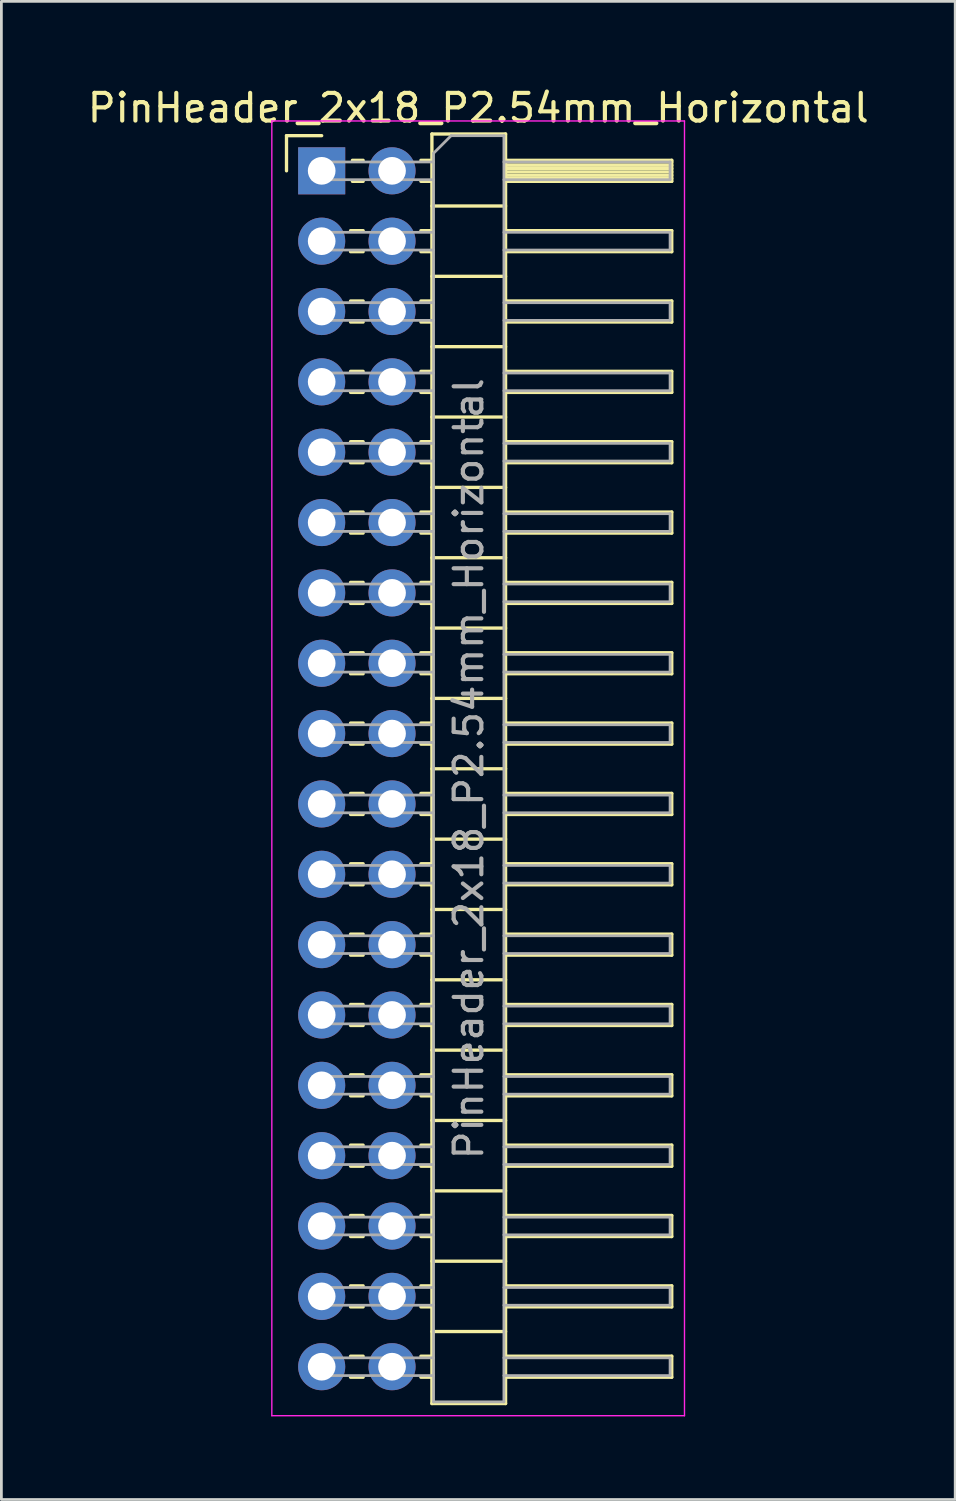
<source format=kicad_pcb>
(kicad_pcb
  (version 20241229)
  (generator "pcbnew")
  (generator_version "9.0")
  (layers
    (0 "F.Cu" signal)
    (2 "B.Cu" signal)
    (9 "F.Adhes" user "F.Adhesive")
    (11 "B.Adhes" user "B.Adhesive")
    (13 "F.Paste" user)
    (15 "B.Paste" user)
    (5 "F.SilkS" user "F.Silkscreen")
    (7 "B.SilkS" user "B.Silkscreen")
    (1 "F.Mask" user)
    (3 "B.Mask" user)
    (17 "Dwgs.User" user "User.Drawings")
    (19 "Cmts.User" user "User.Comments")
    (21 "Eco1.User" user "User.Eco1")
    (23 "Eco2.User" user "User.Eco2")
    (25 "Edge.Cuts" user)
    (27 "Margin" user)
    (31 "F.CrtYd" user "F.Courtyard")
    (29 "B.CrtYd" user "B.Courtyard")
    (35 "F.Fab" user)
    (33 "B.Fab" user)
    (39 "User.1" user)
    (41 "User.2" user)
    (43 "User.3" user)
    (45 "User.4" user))
  (footprint "PinHeader_2x18_P2.54mm_Horizontal"
    (layer "F.Cu")
    (at 8.565 3.118)
    (property "Reference" "PinHeader_2x18_P2.54mm_Horizontal" (at 5.655 -2.27 0) (layer "F.SilkS") (effects (font (size 1 1) (thickness 0.15))))
    (attr through_hole)
    (fp_line (start -1.27 -1.27) (end 0 -1.27) (stroke (width 0.12) (type solid)) (layer "F.SilkS"))
    (fp_line (start -1.27 0) (end -1.27 -1.27) (stroke (width 0.12) (type solid)) (layer "F.SilkS"))
    (fp_line (start 1.043 2.16) (end 1.497 2.16) (stroke (width 0.12) (type solid)) (layer "F.SilkS"))
    (fp_line (start 1.043 2.92) (end 1.497 2.92) (stroke (width 0.12) (type solid)) (layer "F.SilkS"))
    (fp_line (start 1.043 4.7) (end 1.497 4.7) (stroke (width 0.12) (type solid)) (layer "F.SilkS"))
    (fp_line (start 1.043 5.46) (end 1.497 5.46) (stroke (width 0.12) (type solid)) (layer "F.SilkS"))
    (fp_line (start 1.043 7.24) (end 1.497 7.24) (stroke (width 0.12) (type solid)) (layer "F.SilkS"))
    (fp_line (start 1.043 8) (end 1.497 8) (stroke (width 0.12) (type solid)) (layer "F.SilkS"))
    (fp_line (start 1.043 9.78) (end 1.497 9.78) (stroke (width 0.12) (type solid)) (layer "F.SilkS"))
    (fp_line (start 1.043 10.54) (end 1.497 10.54) (stroke (width 0.12) (type solid)) (layer "F.SilkS"))
    (fp_line (start 1.043 12.32) (end 1.497 12.32) (stroke (width 0.12) (type solid)) (layer "F.SilkS"))
    (fp_line (start 1.043 13.08) (end 1.497 13.08) (stroke (width 0.12) (type solid)) (layer "F.SilkS"))
    (fp_line (start 1.043 14.86) (end 1.497 14.86) (stroke (width 0.12) (type solid)) (layer "F.SilkS"))
    (fp_line (start 1.043 15.62) (end 1.497 15.62) (stroke (width 0.12) (type solid)) (layer "F.SilkS"))
    (fp_line (start 1.043 17.4) (end 1.497 17.4) (stroke (width 0.12) (type solid)) (layer "F.SilkS"))
    (fp_line (start 1.043 18.16) (end 1.497 18.16) (stroke (width 0.12) (type solid)) (layer "F.SilkS"))
    (fp_line (start 1.043 19.94) (end 1.497 19.94) (stroke (width 0.12) (type solid)) (layer "F.SilkS"))
    (fp_line (start 1.043 20.7) (end 1.497 20.7) (stroke (width 0.12) (type solid)) (layer "F.SilkS"))
    (fp_line (start 1.043 22.48) (end 1.497 22.48) (stroke (width 0.12) (type solid)) (layer "F.SilkS"))
    (fp_line (start 1.043 23.24) (end 1.497 23.24) (stroke (width 0.12) (type solid)) (layer "F.SilkS"))
    (fp_line (start 1.043 25.02) (end 1.497 25.02) (stroke (width 0.12) (type solid)) (layer "F.SilkS"))
    (fp_line (start 1.043 25.78) (end 1.497 25.78) (stroke (width 0.12) (type solid)) (layer "F.SilkS"))
    (fp_line (start 1.043 27.56) (end 1.497 27.56) (stroke (width 0.12) (type solid)) (layer "F.SilkS"))
    (fp_line (start 1.043 28.32) (end 1.497 28.32) (stroke (width 0.12) (type solid)) (layer "F.SilkS"))
    (fp_line (start 1.043 30.1) (end 1.497 30.1) (stroke (width 0.12) (type solid)) (layer "F.SilkS"))
    (fp_line (start 1.043 30.86) (end 1.497 30.86) (stroke (width 0.12) (type solid)) (layer "F.SilkS"))
    (fp_line (start 1.043 32.64) (end 1.497 32.64) (stroke (width 0.12) (type solid)) (layer "F.SilkS"))
    (fp_line (start 1.043 33.4) (end 1.497 33.4) (stroke (width 0.12) (type solid)) (layer "F.SilkS"))
    (fp_line (start 1.043 35.18) (end 1.497 35.18) (stroke (width 0.12) (type solid)) (layer "F.SilkS"))
    (fp_line (start 1.043 35.94) (end 1.497 35.94) (stroke (width 0.12) (type solid)) (layer "F.SilkS"))
    (fp_line (start 1.043 37.72) (end 1.497 37.72) (stroke (width 0.12) (type solid)) (layer "F.SilkS"))
    (fp_line (start 1.043 38.48) (end 1.497 38.48) (stroke (width 0.12) (type solid)) (layer "F.SilkS"))
    (fp_line (start 1.043 40.26) (end 1.497 40.26) (stroke (width 0.12) (type solid)) (layer "F.SilkS"))
    (fp_line (start 1.043 41.02) (end 1.497 41.02) (stroke (width 0.12) (type solid)) (layer "F.SilkS"))
    (fp_line (start 1.043 42.8) (end 1.497 42.8) (stroke (width 0.12) (type solid)) (layer "F.SilkS"))
    (fp_line (start 1.043 43.56) (end 1.497 43.56) (stroke (width 0.12) (type solid)) (layer "F.SilkS"))
    (fp_line (start 1.11 -0.38) (end 1.497 -0.38) (stroke (width 0.12) (type solid)) (layer "F.SilkS"))
    (fp_line (start 1.11 0.38) (end 1.497 0.38) (stroke (width 0.12) (type solid)) (layer "F.SilkS"))
    (fp_line (start 3.583 -0.38) (end 3.98 -0.38) (stroke (width 0.12) (type solid)) (layer "F.SilkS"))
    (fp_line (start 3.583 0.38) (end 3.98 0.38) (stroke (width 0.12) (type solid)) (layer "F.SilkS"))
    (fp_line (start 3.583 2.16) (end 3.98 2.16) (stroke (width 0.12) (type solid)) (layer "F.SilkS"))
    (fp_line (start 3.583 2.92) (end 3.98 2.92) (stroke (width 0.12) (type solid)) (layer "F.SilkS"))
    (fp_line (start 3.583 4.7) (end 3.98 4.7) (stroke (width 0.12) (type solid)) (layer "F.SilkS"))
    (fp_line (start 3.583 5.46) (end 3.98 5.46) (stroke (width 0.12) (type solid)) (layer "F.SilkS"))
    (fp_line (start 3.583 7.24) (end 3.98 7.24) (stroke (width 0.12) (type solid)) (layer "F.SilkS"))
    (fp_line (start 3.583 8) (end 3.98 8) (stroke (width 0.12) (type solid)) (layer "F.SilkS"))
    (fp_line (start 3.583 9.78) (end 3.98 9.78) (stroke (width 0.12) (type solid)) (layer "F.SilkS"))
    (fp_line (start 3.583 10.54) (end 3.98 10.54) (stroke (width 0.12) (type solid)) (layer "F.SilkS"))
    (fp_line (start 3.583 12.32) (end 3.98 12.32) (stroke (width 0.12) (type solid)) (layer "F.SilkS"))
    (fp_line (start 3.583 13.08) (end 3.98 13.08) (stroke (width 0.12) (type solid)) (layer "F.SilkS"))
    (fp_line (start 3.583 14.86) (end 3.98 14.86) (stroke (width 0.12) (type solid)) (layer "F.SilkS"))
    (fp_line (start 3.583 15.62) (end 3.98 15.62) (stroke (width 0.12) (type solid)) (layer "F.SilkS"))
    (fp_line (start 3.583 17.4) (end 3.98 17.4) (stroke (width 0.12) (type solid)) (layer "F.SilkS"))
    (fp_line (start 3.583 18.16) (end 3.98 18.16) (stroke (width 0.12) (type solid)) (layer "F.SilkS"))
    (fp_line (start 3.583 19.94) (end 3.98 19.94) (stroke (width 0.12) (type solid)) (layer "F.SilkS"))
    (fp_line (start 3.583 20.7) (end 3.98 20.7) (stroke (width 0.12) (type solid)) (layer "F.SilkS"))
    (fp_line (start 3.583 22.48) (end 3.98 22.48) (stroke (width 0.12) (type solid)) (layer "F.SilkS"))
    (fp_line (start 3.583 23.24) (end 3.98 23.24) (stroke (width 0.12) (type solid)) (layer "F.SilkS"))
    (fp_line (start 3.583 25.02) (end 3.98 25.02) (stroke (width 0.12) (type solid)) (layer "F.SilkS"))
    (fp_line (start 3.583 25.78) (end 3.98 25.78) (stroke (width 0.12) (type solid)) (layer "F.SilkS"))
    (fp_line (start 3.583 27.56) (end 3.98 27.56) (stroke (width 0.12) (type solid)) (layer "F.SilkS"))
    (fp_line (start 3.583 28.32) (end 3.98 28.32) (stroke (width 0.12) (type solid)) (layer "F.SilkS"))
    (fp_line (start 3.583 30.1) (end 3.98 30.1) (stroke (width 0.12) (type solid)) (layer "F.SilkS"))
    (fp_line (start 3.583 30.86) (end 3.98 30.86) (stroke (width 0.12) (type solid)) (layer "F.SilkS"))
    (fp_line (start 3.583 32.64) (end 3.98 32.64) (stroke (width 0.12) (type solid)) (layer "F.SilkS"))
    (fp_line (start 3.583 33.4) (end 3.98 33.4) (stroke (width 0.12) (type solid)) (layer "F.SilkS"))
    (fp_line (start 3.583 35.18) (end 3.98 35.18) (stroke (width 0.12) (type solid)) (layer "F.SilkS"))
    (fp_line (start 3.583 35.94) (end 3.98 35.94) (stroke (width 0.12) (type solid)) (layer "F.SilkS"))
    (fp_line (start 3.583 37.72) (end 3.98 37.72) (stroke (width 0.12) (type solid)) (layer "F.SilkS"))
    (fp_line (start 3.583 38.48) (end 3.98 38.48) (stroke (width 0.12) (type solid)) (layer "F.SilkS"))
    (fp_line (start 3.583 40.26) (end 3.98 40.26) (stroke (width 0.12) (type solid)) (layer "F.SilkS"))
    (fp_line (start 3.583 41.02) (end 3.98 41.02) (stroke (width 0.12) (type solid)) (layer "F.SilkS"))
    (fp_line (start 3.583 42.8) (end 3.98 42.8) (stroke (width 0.12) (type solid)) (layer "F.SilkS"))
    (fp_line (start 3.583 43.56) (end 3.98 43.56) (stroke (width 0.12) (type solid)) (layer "F.SilkS"))
    (fp_line (start 3.98 -1.33) (end 3.98 44.51) (stroke (width 0.12) (type solid)) (layer "F.SilkS"))
    (fp_line (start 3.98 1.27) (end 6.64 1.27) (stroke (width 0.12) (type solid)) (layer "F.SilkS"))
    (fp_line (start 3.98 3.81) (end 6.64 3.81) (stroke (width 0.12) (type solid)) (layer "F.SilkS"))
    (fp_line (start 3.98 6.35) (end 6.64 6.35) (stroke (width 0.12) (type solid)) (layer "F.SilkS"))
    (fp_line (start 3.98 8.89) (end 6.64 8.89) (stroke (width 0.12) (type solid)) (layer "F.SilkS"))
    (fp_line (start 3.98 11.43) (end 6.64 11.43) (stroke (width 0.12) (type solid)) (layer "F.SilkS"))
    (fp_line (start 3.98 13.97) (end 6.64 13.97) (stroke (width 0.12) (type solid)) (layer "F.SilkS"))
    (fp_line (start 3.98 16.51) (end 6.64 16.51) (stroke (width 0.12) (type solid)) (layer "F.SilkS"))
    (fp_line (start 3.98 19.05) (end 6.64 19.05) (stroke (width 0.12) (type solid)) (layer "F.SilkS"))
    (fp_line (start 3.98 21.59) (end 6.64 21.59) (stroke (width 0.12) (type solid)) (layer "F.SilkS"))
    (fp_line (start 3.98 24.13) (end 6.64 24.13) (stroke (width 0.12) (type solid)) (layer "F.SilkS"))
    (fp_line (start 3.98 26.67) (end 6.64 26.67) (stroke (width 0.12) (type solid)) (layer "F.SilkS"))
    (fp_line (start 3.98 29.21) (end 6.64 29.21) (stroke (width 0.12) (type solid)) (layer "F.SilkS"))
    (fp_line (start 3.98 31.75) (end 6.64 31.75) (stroke (width 0.12) (type solid)) (layer "F.SilkS"))
    (fp_line (start 3.98 34.29) (end 6.64 34.29) (stroke (width 0.12) (type solid)) (layer "F.SilkS"))
    (fp_line (start 3.98 36.83) (end 6.64 36.83) (stroke (width 0.12) (type solid)) (layer "F.SilkS"))
    (fp_line (start 3.98 39.37) (end 6.64 39.37) (stroke (width 0.12) (type solid)) (layer "F.SilkS"))
    (fp_line (start 3.98 41.91) (end 6.64 41.91) (stroke (width 0.12) (type solid)) (layer "F.SilkS"))
    (fp_line (start 3.98 44.51) (end 6.64 44.51) (stroke (width 0.12) (type solid)) (layer "F.SilkS"))
    (fp_line (start 6.64 -1.33) (end 3.98 -1.33) (stroke (width 0.12) (type solid)) (layer "F.SilkS"))
    (fp_line (start 6.64 -0.38) (end 12.64 -0.38) (stroke (width 0.12) (type solid)) (layer "F.SilkS"))
    (fp_line (start 6.64 -0.32) (end 12.64 -0.32) (stroke (width 0.12) (type solid)) (layer "F.SilkS"))
    (fp_line (start 6.64 -0.2) (end 12.64 -0.2) (stroke (width 0.12) (type solid)) (layer "F.SilkS"))
    (fp_line (start 6.64 -0.08) (end 12.64 -0.08) (stroke (width 0.12) (type solid)) (layer "F.SilkS"))
    (fp_line (start 6.64 0.04) (end 12.64 0.04) (stroke (width 0.12) (type solid)) (layer "F.SilkS"))
    (fp_line (start 6.64 0.16) (end 12.64 0.16) (stroke (width 0.12) (type solid)) (layer "F.SilkS"))
    (fp_line (start 6.64 0.28) (end 12.64 0.28) (stroke (width 0.12) (type solid)) (layer "F.SilkS"))
    (fp_line (start 6.64 2.16) (end 12.64 2.16) (stroke (width 0.12) (type solid)) (layer "F.SilkS"))
    (fp_line (start 6.64 4.7) (end 12.64 4.7) (stroke (width 0.12) (type solid)) (layer "F.SilkS"))
    (fp_line (start 6.64 7.24) (end 12.64 7.24) (stroke (width 0.12) (type solid)) (layer "F.SilkS"))
    (fp_line (start 6.64 9.78) (end 12.64 9.78) (stroke (width 0.12) (type solid)) (layer "F.SilkS"))
    (fp_line (start 6.64 12.32) (end 12.64 12.32) (stroke (width 0.12) (type solid)) (layer "F.SilkS"))
    (fp_line (start 6.64 14.86) (end 12.64 14.86) (stroke (width 0.12) (type solid)) (layer "F.SilkS"))
    (fp_line (start 6.64 17.4) (end 12.64 17.4) (stroke (width 0.12) (type solid)) (layer "F.SilkS"))
    (fp_line (start 6.64 19.94) (end 12.64 19.94) (stroke (width 0.12) (type solid)) (layer "F.SilkS"))
    (fp_line (start 6.64 22.48) (end 12.64 22.48) (stroke (width 0.12) (type solid)) (layer "F.SilkS"))
    (fp_line (start 6.64 25.02) (end 12.64 25.02) (stroke (width 0.12) (type solid)) (layer "F.SilkS"))
    (fp_line (start 6.64 27.56) (end 12.64 27.56) (stroke (width 0.12) (type solid)) (layer "F.SilkS"))
    (fp_line (start 6.64 30.1) (end 12.64 30.1) (stroke (width 0.12) (type solid)) (layer "F.SilkS"))
    (fp_line (start 6.64 32.64) (end 12.64 32.64) (stroke (width 0.12) (type solid)) (layer "F.SilkS"))
    (fp_line (start 6.64 35.18) (end 12.64 35.18) (stroke (width 0.12) (type solid)) (layer "F.SilkS"))
    (fp_line (start 6.64 37.72) (end 12.64 37.72) (stroke (width 0.12) (type solid)) (layer "F.SilkS"))
    (fp_line (start 6.64 40.26) (end 12.64 40.26) (stroke (width 0.12) (type solid)) (layer "F.SilkS"))
    (fp_line (start 6.64 42.8) (end 12.64 42.8) (stroke (width 0.12) (type solid)) (layer "F.SilkS"))
    (fp_line (start 6.64 44.51) (end 6.64 -1.33) (stroke (width 0.12) (type solid)) (layer "F.SilkS"))
    (fp_line (start 12.64 -0.38) (end 12.64 0.38) (stroke (width 0.12) (type solid)) (layer "F.SilkS"))
    (fp_line (start 12.64 0.38) (end 6.64 0.38) (stroke (width 0.12) (type solid)) (layer "F.SilkS"))
    (fp_line (start 12.64 2.16) (end 12.64 2.92) (stroke (width 0.12) (type solid)) (layer "F.SilkS"))
    (fp_line (start 12.64 2.92) (end 6.64 2.92) (stroke (width 0.12) (type solid)) (layer "F.SilkS"))
    (fp_line (start 12.64 4.7) (end 12.64 5.46) (stroke (width 0.12) (type solid)) (layer "F.SilkS"))
    (fp_line (start 12.64 5.46) (end 6.64 5.46) (stroke (width 0.12) (type solid)) (layer "F.SilkS"))
    (fp_line (start 12.64 7.24) (end 12.64 8) (stroke (width 0.12) (type solid)) (layer "F.SilkS"))
    (fp_line (start 12.64 8) (end 6.64 8) (stroke (width 0.12) (type solid)) (layer "F.SilkS"))
    (fp_line (start 12.64 9.78) (end 12.64 10.54) (stroke (width 0.12) (type solid)) (layer "F.SilkS"))
    (fp_line (start 12.64 10.54) (end 6.64 10.54) (stroke (width 0.12) (type solid)) (layer "F.SilkS"))
    (fp_line (start 12.64 12.32) (end 12.64 13.08) (stroke (width 0.12) (type solid)) (layer "F.SilkS"))
    (fp_line (start 12.64 13.08) (end 6.64 13.08) (stroke (width 0.12) (type solid)) (layer "F.SilkS"))
    (fp_line (start 12.64 14.86) (end 12.64 15.62) (stroke (width 0.12) (type solid)) (layer "F.SilkS"))
    (fp_line (start 12.64 15.62) (end 6.64 15.62) (stroke (width 0.12) (type solid)) (layer "F.SilkS"))
    (fp_line (start 12.64 17.4) (end 12.64 18.16) (stroke (width 0.12) (type solid)) (layer "F.SilkS"))
    (fp_line (start 12.64 18.16) (end 6.64 18.16) (stroke (width 0.12) (type solid)) (layer "F.SilkS"))
    (fp_line (start 12.64 19.94) (end 12.64 20.7) (stroke (width 0.12) (type solid)) (layer "F.SilkS"))
    (fp_line (start 12.64 20.7) (end 6.64 20.7) (stroke (width 0.12) (type solid)) (layer "F.SilkS"))
    (fp_line (start 12.64 22.48) (end 12.64 23.24) (stroke (width 0.12) (type solid)) (layer "F.SilkS"))
    (fp_line (start 12.64 23.24) (end 6.64 23.24) (stroke (width 0.12) (type solid)) (layer "F.SilkS"))
    (fp_line (start 12.64 25.02) (end 12.64 25.78) (stroke (width 0.12) (type solid)) (layer "F.SilkS"))
    (fp_line (start 12.64 25.78) (end 6.64 25.78) (stroke (width 0.12) (type solid)) (layer "F.SilkS"))
    (fp_line (start 12.64 27.56) (end 12.64 28.32) (stroke (width 0.12) (type solid)) (layer "F.SilkS"))
    (fp_line (start 12.64 28.32) (end 6.64 28.32) (stroke (width 0.12) (type solid)) (layer "F.SilkS"))
    (fp_line (start 12.64 30.1) (end 12.64 30.86) (stroke (width 0.12) (type solid)) (layer "F.SilkS"))
    (fp_line (start 12.64 30.86) (end 6.64 30.86) (stroke (width 0.12) (type solid)) (layer "F.SilkS"))
    (fp_line (start 12.64 32.64) (end 12.64 33.4) (stroke (width 0.12) (type solid)) (layer "F.SilkS"))
    (fp_line (start 12.64 33.4) (end 6.64 33.4) (stroke (width 0.12) (type solid)) (layer "F.SilkS"))
    (fp_line (start 12.64 35.18) (end 12.64 35.94) (stroke (width 0.12) (type solid)) (layer "F.SilkS"))
    (fp_line (start 12.64 35.94) (end 6.64 35.94) (stroke (width 0.12) (type solid)) (layer "F.SilkS"))
    (fp_line (start 12.64 37.72) (end 12.64 38.48) (stroke (width 0.12) (type solid)) (layer "F.SilkS"))
    (fp_line (start 12.64 38.48) (end 6.64 38.48) (stroke (width 0.12) (type solid)) (layer "F.SilkS"))
    (fp_line (start 12.64 40.26) (end 12.64 41.02) (stroke (width 0.12) (type solid)) (layer "F.SilkS"))
    (fp_line (start 12.64 41.02) (end 6.64 41.02) (stroke (width 0.12) (type solid)) (layer "F.SilkS"))
    (fp_line (start 12.64 42.8) (end 12.64 43.56) (stroke (width 0.12) (type solid)) (layer "F.SilkS"))
    (fp_line (start 12.64 43.56) (end 6.64 43.56) (stroke (width 0.12) (type solid)) (layer "F.SilkS"))
    (fp_line (start -1.8 -1.8) (end -1.8 44.95) (stroke (width 0.05) (type solid)) (layer "F.CrtYd"))
    (fp_line (start -1.8 44.95) (end 13.1 44.95) (stroke (width 0.05) (type solid)) (layer "F.CrtYd"))
    (fp_line (start 13.1 -1.8) (end -1.8 -1.8) (stroke (width 0.05) (type solid)) (layer "F.CrtYd"))
    (fp_line (start 13.1 44.95) (end 13.1 -1.8) (stroke (width 0.05) (type solid)) (layer "F.CrtYd"))
    (fp_line (start -0.32 -0.32) (end -0.32 0.32) (stroke (width 0.1) (type solid)) (layer "F.Fab"))
    (fp_line (start -0.32 -0.32) (end 4.04 -0.32) (stroke (width 0.1) (type solid)) (layer "F.Fab"))
    (fp_line (start -0.32 0.32) (end 4.04 0.32) (stroke (width 0.1) (type solid)) (layer "F.Fab"))
    (fp_line (start -0.32 2.22) (end -0.32 2.86) (stroke (width 0.1) (type solid)) (layer "F.Fab"))
    (fp_line (start -0.32 2.22) (end 4.04 2.22) (stroke (width 0.1) (type solid)) (layer "F.Fab"))
    (fp_line (start -0.32 2.86) (end 4.04 2.86) (stroke (width 0.1) (type solid)) (layer "F.Fab"))
    (fp_line (start -0.32 4.76) (end -0.32 5.4) (stroke (width 0.1) (type solid)) (layer "F.Fab"))
    (fp_line (start -0.32 4.76) (end 4.04 4.76) (stroke (width 0.1) (type solid)) (layer "F.Fab"))
    (fp_line (start -0.32 5.4) (end 4.04 5.4) (stroke (width 0.1) (type solid)) (layer "F.Fab"))
    (fp_line (start -0.32 7.3) (end -0.32 7.94) (stroke (width 0.1) (type solid)) (layer "F.Fab"))
    (fp_line (start -0.32 7.3) (end 4.04 7.3) (stroke (width 0.1) (type solid)) (layer "F.Fab"))
    (fp_line (start -0.32 7.94) (end 4.04 7.94) (stroke (width 0.1) (type solid)) (layer "F.Fab"))
    (fp_line (start -0.32 9.84) (end -0.32 10.48) (stroke (width 0.1) (type solid)) (layer "F.Fab"))
    (fp_line (start -0.32 9.84) (end 4.04 9.84) (stroke (width 0.1) (type solid)) (layer "F.Fab"))
    (fp_line (start -0.32 10.48) (end 4.04 10.48) (stroke (width 0.1) (type solid)) (layer "F.Fab"))
    (fp_line (start -0.32 12.38) (end -0.32 13.02) (stroke (width 0.1) (type solid)) (layer "F.Fab"))
    (fp_line (start -0.32 12.38) (end 4.04 12.38) (stroke (width 0.1) (type solid)) (layer "F.Fab"))
    (fp_line (start -0.32 13.02) (end 4.04 13.02) (stroke (width 0.1) (type solid)) (layer "F.Fab"))
    (fp_line (start -0.32 14.92) (end -0.32 15.56) (stroke (width 0.1) (type solid)) (layer "F.Fab"))
    (fp_line (start -0.32 14.92) (end 4.04 14.92) (stroke (width 0.1) (type solid)) (layer "F.Fab"))
    (fp_line (start -0.32 15.56) (end 4.04 15.56) (stroke (width 0.1) (type solid)) (layer "F.Fab"))
    (fp_line (start -0.32 17.46) (end -0.32 18.1) (stroke (width 0.1) (type solid)) (layer "F.Fab"))
    (fp_line (start -0.32 17.46) (end 4.04 17.46) (stroke (width 0.1) (type solid)) (layer "F.Fab"))
    (fp_line (start -0.32 18.1) (end 4.04 18.1) (stroke (width 0.1) (type solid)) (layer "F.Fab"))
    (fp_line (start -0.32 20) (end -0.32 20.64) (stroke (width 0.1) (type solid)) (layer "F.Fab"))
    (fp_line (start -0.32 20) (end 4.04 20) (stroke (width 0.1) (type solid)) (layer "F.Fab"))
    (fp_line (start -0.32 20.64) (end 4.04 20.64) (stroke (width 0.1) (type solid)) (layer "F.Fab"))
    (fp_line (start -0.32 22.54) (end -0.32 23.18) (stroke (width 0.1) (type solid)) (layer "F.Fab"))
    (fp_line (start -0.32 22.54) (end 4.04 22.54) (stroke (width 0.1) (type solid)) (layer "F.Fab"))
    (fp_line (start -0.32 23.18) (end 4.04 23.18) (stroke (width 0.1) (type solid)) (layer "F.Fab"))
    (fp_line (start -0.32 25.08) (end -0.32 25.72) (stroke (width 0.1) (type solid)) (layer "F.Fab"))
    (fp_line (start -0.32 25.08) (end 4.04 25.08) (stroke (width 0.1) (type solid)) (layer "F.Fab"))
    (fp_line (start -0.32 25.72) (end 4.04 25.72) (stroke (width 0.1) (type solid)) (layer "F.Fab"))
    (fp_line (start -0.32 27.62) (end -0.32 28.26) (stroke (width 0.1) (type solid)) (layer "F.Fab"))
    (fp_line (start -0.32 27.62) (end 4.04 27.62) (stroke (width 0.1) (type solid)) (layer "F.Fab"))
    (fp_line (start -0.32 28.26) (end 4.04 28.26) (stroke (width 0.1) (type solid)) (layer "F.Fab"))
    (fp_line (start -0.32 30.16) (end -0.32 30.8) (stroke (width 0.1) (type solid)) (layer "F.Fab"))
    (fp_line (start -0.32 30.16) (end 4.04 30.16) (stroke (width 0.1) (type solid)) (layer "F.Fab"))
    (fp_line (start -0.32 30.8) (end 4.04 30.8) (stroke (width 0.1) (type solid)) (layer "F.Fab"))
    (fp_line (start -0.32 32.7) (end -0.32 33.34) (stroke (width 0.1) (type solid)) (layer "F.Fab"))
    (fp_line (start -0.32 32.7) (end 4.04 32.7) (stroke (width 0.1) (type solid)) (layer "F.Fab"))
    (fp_line (start -0.32 33.34) (end 4.04 33.34) (stroke (width 0.1) (type solid)) (layer "F.Fab"))
    (fp_line (start -0.32 35.24) (end -0.32 35.88) (stroke (width 0.1) (type solid)) (layer "F.Fab"))
    (fp_line (start -0.32 35.24) (end 4.04 35.24) (stroke (width 0.1) (type solid)) (layer "F.Fab"))
    (fp_line (start -0.32 35.88) (end 4.04 35.88) (stroke (width 0.1) (type solid)) (layer "F.Fab"))
    (fp_line (start -0.32 37.78) (end -0.32 38.42) (stroke (width 0.1) (type solid)) (layer "F.Fab"))
    (fp_line (start -0.32 37.78) (end 4.04 37.78) (stroke (width 0.1) (type solid)) (layer "F.Fab"))
    (fp_line (start -0.32 38.42) (end 4.04 38.42) (stroke (width 0.1) (type solid)) (layer "F.Fab"))
    (fp_line (start -0.32 40.32) (end -0.32 40.96) (stroke (width 0.1) (type solid)) (layer "F.Fab"))
    (fp_line (start -0.32 40.32) (end 4.04 40.32) (stroke (width 0.1) (type solid)) (layer "F.Fab"))
    (fp_line (start -0.32 40.96) (end 4.04 40.96) (stroke (width 0.1) (type solid)) (layer "F.Fab"))
    (fp_line (start -0.32 42.86) (end -0.32 43.5) (stroke (width 0.1) (type solid)) (layer "F.Fab"))
    (fp_line (start -0.32 42.86) (end 4.04 42.86) (stroke (width 0.1) (type solid)) (layer "F.Fab"))
    (fp_line (start -0.32 43.5) (end 4.04 43.5) (stroke (width 0.1) (type solid)) (layer "F.Fab"))
    (fp_line (start 4.04 -0.635) (end 4.675 -1.27) (stroke (width 0.1) (type solid)) (layer "F.Fab"))
    (fp_line (start 4.04 44.45) (end 4.04 -0.635) (stroke (width 0.1) (type solid)) (layer "F.Fab"))
    (fp_line (start 4.675 -1.27) (end 6.58 -1.27) (stroke (width 0.1) (type solid)) (layer "F.Fab"))
    (fp_line (start 6.58 -1.27) (end 6.58 44.45) (stroke (width 0.1) (type solid)) (layer "F.Fab"))
    (fp_line (start 6.58 -0.32) (end 12.58 -0.32) (stroke (width 0.1) (type solid)) (layer "F.Fab"))
    (fp_line (start 6.58 0.32) (end 12.58 0.32) (stroke (width 0.1) (type solid)) (layer "F.Fab"))
    (fp_line (start 6.58 2.22) (end 12.58 2.22) (stroke (width 0.1) (type solid)) (layer "F.Fab"))
    (fp_line (start 6.58 2.86) (end 12.58 2.86) (stroke (width 0.1) (type solid)) (layer "F.Fab"))
    (fp_line (start 6.58 4.76) (end 12.58 4.76) (stroke (width 0.1) (type solid)) (layer "F.Fab"))
    (fp_line (start 6.58 5.4) (end 12.58 5.4) (stroke (width 0.1) (type solid)) (layer "F.Fab"))
    (fp_line (start 6.58 7.3) (end 12.58 7.3) (stroke (width 0.1) (type solid)) (layer "F.Fab"))
    (fp_line (start 6.58 7.94) (end 12.58 7.94) (stroke (width 0.1) (type solid)) (layer "F.Fab"))
    (fp_line (start 6.58 9.84) (end 12.58 9.84) (stroke (width 0.1) (type solid)) (layer "F.Fab"))
    (fp_line (start 6.58 10.48) (end 12.58 10.48) (stroke (width 0.1) (type solid)) (layer "F.Fab"))
    (fp_line (start 6.58 12.38) (end 12.58 12.38) (stroke (width 0.1) (type solid)) (layer "F.Fab"))
    (fp_line (start 6.58 13.02) (end 12.58 13.02) (stroke (width 0.1) (type solid)) (layer "F.Fab"))
    (fp_line (start 6.58 14.92) (end 12.58 14.92) (stroke (width 0.1) (type solid)) (layer "F.Fab"))
    (fp_line (start 6.58 15.56) (end 12.58 15.56) (stroke (width 0.1) (type solid)) (layer "F.Fab"))
    (fp_line (start 6.58 17.46) (end 12.58 17.46) (stroke (width 0.1) (type solid)) (layer "F.Fab"))
    (fp_line (start 6.58 18.1) (end 12.58 18.1) (stroke (width 0.1) (type solid)) (layer "F.Fab"))
    (fp_line (start 6.58 20) (end 12.58 20) (stroke (width 0.1) (type solid)) (layer "F.Fab"))
    (fp_line (start 6.58 20.64) (end 12.58 20.64) (stroke (width 0.1) (type solid)) (layer "F.Fab"))
    (fp_line (start 6.58 22.54) (end 12.58 22.54) (stroke (width 0.1) (type solid)) (layer "F.Fab"))
    (fp_line (start 6.58 23.18) (end 12.58 23.18) (stroke (width 0.1) (type solid)) (layer "F.Fab"))
    (fp_line (start 6.58 25.08) (end 12.58 25.08) (stroke (width 0.1) (type solid)) (layer "F.Fab"))
    (fp_line (start 6.58 25.72) (end 12.58 25.72) (stroke (width 0.1) (type solid)) (layer "F.Fab"))
    (fp_line (start 6.58 27.62) (end 12.58 27.62) (stroke (width 0.1) (type solid)) (layer "F.Fab"))
    (fp_line (start 6.58 28.26) (end 12.58 28.26) (stroke (width 0.1) (type solid)) (layer "F.Fab"))
    (fp_line (start 6.58 30.16) (end 12.58 30.16) (stroke (width 0.1) (type solid)) (layer "F.Fab"))
    (fp_line (start 6.58 30.8) (end 12.58 30.8) (stroke (width 0.1) (type solid)) (layer "F.Fab"))
    (fp_line (start 6.58 32.7) (end 12.58 32.7) (stroke (width 0.1) (type solid)) (layer "F.Fab"))
    (fp_line (start 6.58 33.34) (end 12.58 33.34) (stroke (width 0.1) (type solid)) (layer "F.Fab"))
    (fp_line (start 6.58 35.24) (end 12.58 35.24) (stroke (width 0.1) (type solid)) (layer "F.Fab"))
    (fp_line (start 6.58 35.88) (end 12.58 35.88) (stroke (width 0.1) (type solid)) (layer "F.Fab"))
    (fp_line (start 6.58 37.78) (end 12.58 37.78) (stroke (width 0.1) (type solid)) (layer "F.Fab"))
    (fp_line (start 6.58 38.42) (end 12.58 38.42) (stroke (width 0.1) (type solid)) (layer "F.Fab"))
    (fp_line (start 6.58 40.32) (end 12.58 40.32) (stroke (width 0.1) (type solid)) (layer "F.Fab"))
    (fp_line (start 6.58 40.96) (end 12.58 40.96) (stroke (width 0.1) (type solid)) (layer "F.Fab"))
    (fp_line (start 6.58 42.86) (end 12.58 42.86) (stroke (width 0.1) (type solid)) (layer "F.Fab"))
    (fp_line (start 6.58 43.5) (end 12.58 43.5) (stroke (width 0.1) (type solid)) (layer "F.Fab"))
    (fp_line (start 6.58 44.45) (end 4.04 44.45) (stroke (width 0.1) (type solid)) (layer "F.Fab"))
    (fp_line (start 12.58 -0.32) (end 12.58 0.32) (stroke (width 0.1) (type solid)) (layer "F.Fab"))
    (fp_line (start 12.58 2.22) (end 12.58 2.86) (stroke (width 0.1) (type solid)) (layer "F.Fab"))
    (fp_line (start 12.58 4.76) (end 12.58 5.4) (stroke (width 0.1) (type solid)) (layer "F.Fab"))
    (fp_line (start 12.58 7.3) (end 12.58 7.94) (stroke (width 0.1) (type solid)) (layer "F.Fab"))
    (fp_line (start 12.58 9.84) (end 12.58 10.48) (stroke (width 0.1) (type solid)) (layer "F.Fab"))
    (fp_line (start 12.58 12.38) (end 12.58 13.02) (stroke (width 0.1) (type solid)) (layer "F.Fab"))
    (fp_line (start 12.58 14.92) (end 12.58 15.56) (stroke (width 0.1) (type solid)) (layer "F.Fab"))
    (fp_line (start 12.58 17.46) (end 12.58 18.1) (stroke (width 0.1) (type solid)) (layer "F.Fab"))
    (fp_line (start 12.58 20) (end 12.58 20.64) (stroke (width 0.1) (type solid)) (layer "F.Fab"))
    (fp_line (start 12.58 22.54) (end 12.58 23.18) (stroke (width 0.1) (type solid)) (layer "F.Fab"))
    (fp_line (start 12.58 25.08) (end 12.58 25.72) (stroke (width 0.1) (type solid)) (layer "F.Fab"))
    (fp_line (start 12.58 27.62) (end 12.58 28.26) (stroke (width 0.1) (type solid)) (layer "F.Fab"))
    (fp_line (start 12.58 30.16) (end 12.58 30.8) (stroke (width 0.1) (type solid)) (layer "F.Fab"))
    (fp_line (start 12.58 32.7) (end 12.58 33.34) (stroke (width 0.1) (type solid)) (layer "F.Fab"))
    (fp_line (start 12.58 35.24) (end 12.58 35.88) (stroke (width 0.1) (type solid)) (layer "F.Fab"))
    (fp_line (start 12.58 37.78) (end 12.58 38.42) (stroke (width 0.1) (type solid)) (layer "F.Fab"))
    (fp_line (start 12.58 40.32) (end 12.58 40.96) (stroke (width 0.1) (type solid)) (layer "F.Fab"))
    (fp_line (start 12.58 42.86) (end 12.58 43.5) (stroke (width 0.1) (type solid)) (layer "F.Fab"))
    (fp_text user "${REFERENCE}" (at 5.31 21.59 90) (layer "F.Fab") (effects (font (size 1 1) (thickness 0.15))))
    (pad "1" thru_hole rect (at 0 0) (size 1.7 1.7) (drill 1) (layers "*.Cu" "*.Mask"))
    (pad "2" thru_hole oval (at 2.54 0) (size 1.7 1.7) (drill 1) (layers "*.Cu" "*.Mask"))
    (pad "3" thru_hole oval (at 0 2.54) (size 1.7 1.7) (drill 1) (layers "*.Cu" "*.Mask"))
    (pad "4" thru_hole oval (at 2.54 2.54) (size 1.7 1.7) (drill 1) (layers "*.Cu" "*.Mask"))
    (pad "5" thru_hole oval (at 0 5.08) (size 1.7 1.7) (drill 1) (layers "*.Cu" "*.Mask"))
    (pad "6" thru_hole oval (at 2.54 5.08) (size 1.7 1.7) (drill 1) (layers "*.Cu" "*.Mask"))
    (pad "7" thru_hole oval (at 0 7.62) (size 1.7 1.7) (drill 1) (layers "*.Cu" "*.Mask"))
    (pad "8" thru_hole oval (at 2.54 7.62) (size 1.7 1.7) (drill 1) (layers "*.Cu" "*.Mask"))
    (pad "9" thru_hole oval (at 0 10.16) (size 1.7 1.7) (drill 1) (layers "*.Cu" "*.Mask"))
    (pad "10" thru_hole oval (at 2.54 10.16) (size 1.7 1.7) (drill 1) (layers "*.Cu" "*.Mask"))
    (pad "11" thru_hole oval (at 0 12.7) (size 1.7 1.7) (drill 1) (layers "*.Cu" "*.Mask"))
    (pad "12" thru_hole oval (at 2.54 12.7) (size 1.7 1.7) (drill 1) (layers "*.Cu" "*.Mask"))
    (pad "13" thru_hole oval (at 0 15.24) (size 1.7 1.7) (drill 1) (layers "*.Cu" "*.Mask"))
    (pad "14" thru_hole oval (at 2.54 15.24) (size 1.7 1.7) (drill 1) (layers "*.Cu" "*.Mask"))
    (pad "15" thru_hole oval (at 0 17.78) (size 1.7 1.7) (drill 1) (layers "*.Cu" "*.Mask"))
    (pad "16" thru_hole oval (at 2.54 17.78) (size 1.7 1.7) (drill 1) (layers "*.Cu" "*.Mask"))
    (pad "17" thru_hole oval (at 0 20.32) (size 1.7 1.7) (drill 1) (layers "*.Cu" "*.Mask"))
    (pad "18" thru_hole oval (at 2.54 20.32) (size 1.7 1.7) (drill 1) (layers "*.Cu" "*.Mask"))
    (pad "19" thru_hole oval (at 0 22.86) (size 1.7 1.7) (drill 1) (layers "*.Cu" "*.Mask"))
    (pad "20" thru_hole oval (at 2.54 22.86) (size 1.7 1.7) (drill 1) (layers "*.Cu" "*.Mask"))
    (pad "21" thru_hole oval (at 0 25.4) (size 1.7 1.7) (drill 1) (layers "*.Cu" "*.Mask"))
    (pad "22" thru_hole oval (at 2.54 25.4) (size 1.7 1.7) (drill 1) (layers "*.Cu" "*.Mask"))
    (pad "23" thru_hole oval (at 0 27.94) (size 1.7 1.7) (drill 1) (layers "*.Cu" "*.Mask"))
    (pad "24" thru_hole oval (at 2.54 27.94) (size 1.7 1.7) (drill 1) (layers "*.Cu" "*.Mask"))
    (pad "25" thru_hole oval (at 0 30.48) (size 1.7 1.7) (drill 1) (layers "*.Cu" "*.Mask"))
    (pad "26" thru_hole oval (at 2.54 30.48) (size 1.7 1.7) (drill 1) (layers "*.Cu" "*.Mask"))
    (pad "27" thru_hole oval (at 0 33.02) (size 1.7 1.7) (drill 1) (layers "*.Cu" "*.Mask"))
    (pad "28" thru_hole oval (at 2.54 33.02) (size 1.7 1.7) (drill 1) (layers "*.Cu" "*.Mask"))
    (pad "29" thru_hole oval (at 0 35.56) (size 1.7 1.7) (drill 1) (layers "*.Cu" "*.Mask"))
    (pad "30" thru_hole oval (at 2.54 35.56) (size 1.7 1.7) (drill 1) (layers "*.Cu" "*.Mask"))
    (pad "31" thru_hole oval (at 0 38.1) (size 1.7 1.7) (drill 1) (layers "*.Cu" "*.Mask"))
    (pad "32" thru_hole oval (at 2.54 38.1) (size 1.7 1.7) (drill 1) (layers "*.Cu" "*.Mask"))
    (pad "33" thru_hole oval (at 0 40.64) (size 1.7 1.7) (drill 1) (layers "*.Cu" "*.Mask"))
    (pad "34" thru_hole oval (at 2.54 40.64) (size 1.7 1.7) (drill 1) (layers "*.Cu" "*.Mask"))
    (pad "35" thru_hole oval (at 0 43.18) (size 1.7 1.7) (drill 1) (layers "*.Cu" "*.Mask"))
    (pad "36" thru_hole oval (at 2.54 43.18) (size 1.7 1.7) (drill 1) (layers "*.Cu" "*.Mask")))
  (gr_rect
    (start -3 -3)
    (end 31.44 51.093)
    (stroke (width 0.1) (type default))
    (fill no)
    (layer "Edge.Cuts")))
</source>
